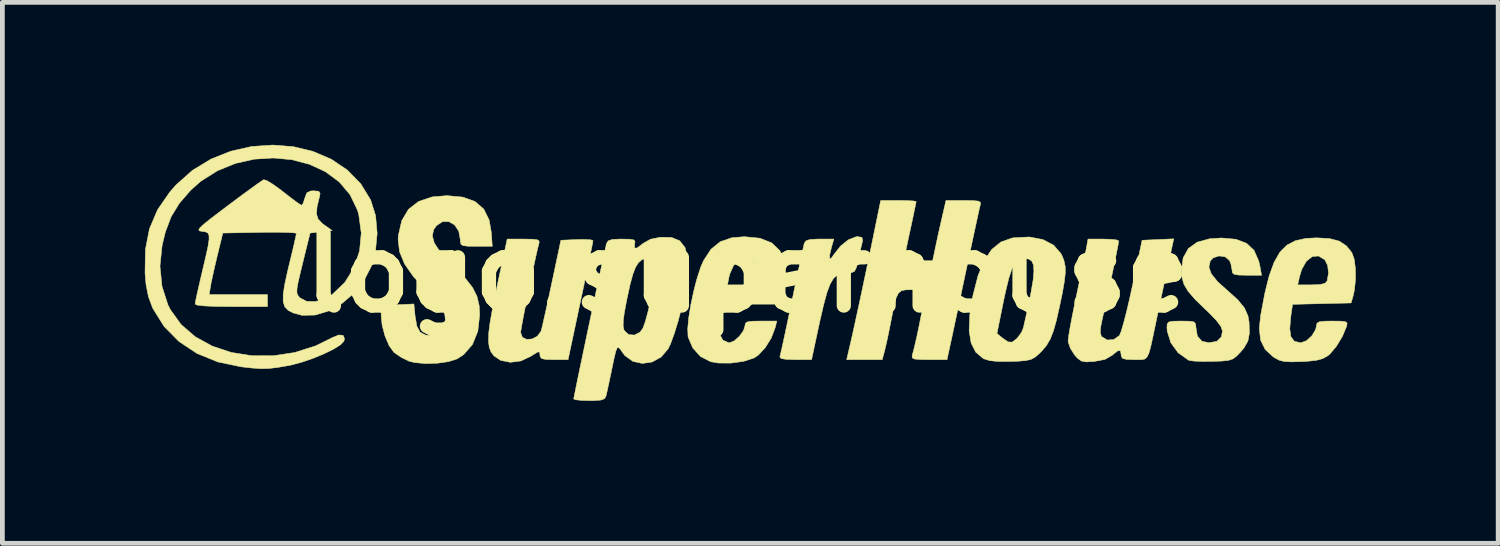
<source format=kicad_pcb>
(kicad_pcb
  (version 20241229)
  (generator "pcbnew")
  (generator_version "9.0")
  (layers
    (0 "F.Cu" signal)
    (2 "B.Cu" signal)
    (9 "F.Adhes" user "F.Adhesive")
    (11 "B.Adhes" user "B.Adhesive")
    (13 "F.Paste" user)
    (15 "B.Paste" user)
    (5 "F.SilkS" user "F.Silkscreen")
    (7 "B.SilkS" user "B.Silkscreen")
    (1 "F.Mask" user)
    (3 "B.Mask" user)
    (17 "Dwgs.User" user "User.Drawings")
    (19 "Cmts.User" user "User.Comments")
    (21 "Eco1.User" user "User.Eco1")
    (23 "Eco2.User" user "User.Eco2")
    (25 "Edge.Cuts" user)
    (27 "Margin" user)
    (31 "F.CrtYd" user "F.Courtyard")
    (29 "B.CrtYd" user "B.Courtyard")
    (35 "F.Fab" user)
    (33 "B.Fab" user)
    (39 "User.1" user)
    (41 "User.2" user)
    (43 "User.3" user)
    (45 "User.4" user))
  (footprint "logo.superhouse"
    (layer "F.Cu")
    (at 12.693 2.697)
    (property "Reference" "logo.superhouse" (at 0 0 0) (layer "F.SilkS") (effects (font (size 1.524 1.524) (thickness 0.3))))
    (attr through_hole)
    (fp_poly (pts (xy 2.414 -0.747) (xy 2.428 -0.683) (xy 2.421 -0.647) (xy 2.393 -0.531) (xy 2.356 -0.363) (xy 2.335 -0.266) (xy 2.297 -0.111) (xy 2.257 -0.032) (xy 2.195 -0.004) (xy 2.126 0) (xy 2.001 0.009) (xy 1.901 0.043) (xy 1.817 0.114) (xy 1.745 0.234) (xy 1.677 0.415) (xy 1.608 0.668) (xy 1.53 1.005) (xy 1.497 1.156) (xy 1.353 1.829) (xy 1.009 1.829) (xy 0.816 1.823) (xy 0.713 1.805) (xy 0.684 1.772) (xy 0.686 1.765) (xy 0.702 1.699) (xy 0.736 1.548) (xy 0.784 1.328) (xy 0.842 1.054) (xy 0.908 0.741) (xy 0.941 0.584) (xy 1.009 0.256) (xy 1.072 -0.042) (xy 1.126 -0.294) (xy 1.168 -0.485) (xy 1.194 -0.6) (xy 1.199 -0.622) (xy 1.235 -0.674) (xy 1.319 -0.702) (xy 1.475 -0.711) (xy 1.524 -0.711) (xy 1.822 -0.711) (xy 1.774 -0.546) (xy 1.735 -0.382) (xy 1.733 -0.301) (xy 1.767 -0.307) (xy 1.823 -0.386) (xy 1.964 -0.565) (xy 2.129 -0.697) (xy 2.29 -0.759) (xy 2.324 -0.762) (xy 2.414 -0.747)) (stroke (width 0.01) (type solid)) (fill yes) (layer "F.SilkS"))
    (fp_poly (pts (xy -4.527 -0.708) (xy -4.425 -0.696) (xy -4.386 -0.669) (xy -4.389 -0.622) (xy -4.389 -0.622) (xy -4.417 -0.514) (xy -4.458 -0.333) (xy -4.508 -0.102) (xy -4.564 0.161) (xy -4.621 0.435) (xy -4.674 0.699) (xy -4.72 0.934) (xy -4.754 1.119) (xy -4.773 1.235) (xy -4.775 1.259) (xy -4.739 1.358) (xy -4.648 1.402) (xy -4.533 1.393) (xy -4.423 1.335) (xy -4.347 1.23) (xy -4.342 1.216) (xy -4.321 1.134) (xy -4.284 0.97) (xy -4.233 0.744) (xy -4.174 0.472) (xy -4.119 0.213) (xy -3.928 -0.686) (xy -3.59 -0.701) (xy -3.419 -0.703) (xy -3.298 -0.695) (xy -3.251 -0.678) (xy -3.251 -0.678) (xy -3.261 -0.62) (xy -3.29 -0.476) (xy -3.334 -0.261) (xy -3.391 0.012) (xy -3.457 0.329) (xy -3.514 0.595) (xy -3.776 1.829) (xy -4.072 1.829) (xy -4.24 1.825) (xy -4.329 1.808) (xy -4.364 1.769) (xy -4.369 1.729) (xy -4.375 1.671) (xy -4.408 1.665) (xy -4.492 1.713) (xy -4.554 1.754) (xy -4.769 1.856) (xy -4.993 1.885) (xy -5.197 1.844) (xy -5.338 1.749) (xy -5.398 1.669) (xy -5.437 1.571) (xy -5.453 1.442) (xy -5.448 1.269) (xy -5.419 1.04) (xy -5.366 0.742) (xy -5.289 0.363) (xy -5.258 0.216) (xy -5.059 -0.711) (xy -4.71 -0.711) (xy -4.527 -0.708)) (stroke (width 0.01) (type solid)) (fill yes) (layer "F.SilkS"))
    (fp_poly (pts (xy 6.225 -0.701) (xy 6.451 -0.583) (xy 6.606 -0.405) (xy 6.624 -0.372) (xy 6.67 -0.257) (xy 6.695 -0.138) (xy 6.698 0.004) (xy 6.677 0.19) (xy 6.633 0.439) (xy 6.583 0.679) (xy 6.513 0.991) (xy 6.448 1.223) (xy 6.38 1.397) (xy 6.3 1.533) (xy 6.198 1.653) (xy 6.148 1.702) (xy 6.063 1.776) (xy 5.979 1.822) (xy 5.87 1.848) (xy 5.706 1.862) (xy 5.547 1.867) (xy 5.287 1.868) (xy 5.105 1.85) (xy 4.982 1.811) (xy 4.966 1.803) (xy 4.811 1.671) (xy 4.714 1.479) (xy 4.682 1.279) (xy 5.258 1.279) (xy 5.378 1.376) (xy 5.493 1.455) (xy 5.578 1.46) (xy 5.672 1.389) (xy 5.688 1.373) (xy 5.775 1.254) (xy 5.815 1.157) (xy 5.909 0.737) (xy 5.977 0.405) (xy 6.02 0.15) (xy 6.036 -0.036) (xy 6.027 -0.164) (xy 5.993 -0.245) (xy 5.932 -0.288) (xy 5.845 -0.304) (xy 5.808 -0.305) (xy 5.719 -0.284) (xy 5.643 -0.216) (xy 5.574 -0.087) (xy 5.508 0.113) (xy 5.439 0.396) (xy 5.393 0.612) (xy 5.258 1.279) (xy 4.682 1.279) (xy 4.672 1.219) (xy 4.686 0.885) (xy 4.752 0.477) (xy 4.858 0.063) (xy 4.989 -0.259) (xy 5.149 -0.494) (xy 5.343 -0.65) (xy 5.576 -0.733) (xy 5.614 -0.739) (xy 5.941 -0.755) (xy 6.225 -0.701)) (stroke (width 0.01) (type solid)) (fill yes) (layer "F.SilkS"))
    (fp_poly (pts (xy 0.264 -0.729) (xy 0.513 -0.631) (xy 0.686 -0.466) (xy 0.783 -0.234) (xy 0.805 0.066) (xy 0.758 0.404) (xy 0.703 0.66) (xy -0.503 0.66) (xy -0.556 0.851) (xy -0.6 1.096) (xy -0.585 1.29) (xy -0.515 1.419) (xy -0.394 1.472) (xy -0.375 1.473) (xy -0.275 1.433) (xy -0.166 1.335) (xy -0.08 1.215) (xy -0.051 1.12) (xy -0.041 1.064) (xy 0.002 1.033) (xy 0.102 1.019) (xy 0.281 1.016) (xy 0.621 1.016) (xy 0.586 1.156) (xy 0.503 1.374) (xy 0.376 1.578) (xy 0.227 1.737) (xy 0.137 1.795) (xy -0.084 1.866) (xy -0.352 1.902) (xy -0.616 1.9) (xy -0.774 1.872) (xy -0.985 1.764) (xy -1.15 1.583) (xy -1.246 1.357) (xy -1.25 1.336) (xy -1.256 1.175) (xy -1.235 0.945) (xy -1.191 0.673) (xy -1.13 0.387) (xy -1.096 0.254) (xy -0.419 0.254) (xy -0.139 0.254) (xy 0.024 0.249) (xy 0.114 0.228) (xy 0.158 0.18) (xy 0.171 0.14) (xy 0.192 -0.053) (xy 0.155 -0.213) (xy 0.068 -0.319) (xy -0.056 -0.351) (xy -0.08 -0.347) (xy -0.19 -0.282) (xy -0.294 -0.147) (xy -0.37 0.024) (xy -0.387 0.089) (xy -0.419 0.254) (xy -1.096 0.254) (xy -1.058 0.112) (xy -0.981 -0.124) (xy -0.925 -0.253) (xy -0.767 -0.496) (xy -0.572 -0.655) (xy -0.324 -0.74) (xy -0.061 -0.761) (xy 0.264 -0.729)) (stroke (width 0.01) (type solid)) (fill yes) (layer "F.SilkS"))
    (fp_poly (pts (xy -5.993 -1.595) (xy -5.736 -1.502) (xy -5.552 -1.342) (xy -5.439 -1.113) (xy -5.394 -0.854) (xy -5.373 -0.559) (xy -5.709 -0.559) (xy -5.888 -0.561) (xy -5.989 -0.573) (xy -6.034 -0.604) (xy -6.045 -0.662) (xy -6.045 -0.689) (xy -6.079 -0.877) (xy -6.168 -1.01) (xy -6.289 -1.079) (xy -6.423 -1.077) (xy -6.548 -0.994) (xy -6.607 -0.91) (xy -6.636 -0.78) (xy -6.594 -0.627) (xy -6.474 -0.443) (xy -6.273 -0.219) (xy -6.17 -0.119) (xy -5.944 0.112) (xy -5.789 0.309) (xy -5.695 0.496) (xy -5.649 0.695) (xy -5.639 0.889) (xy -5.677 1.229) (xy -5.79 1.509) (xy -5.974 1.721) (xy -6.112 1.812) (xy -6.291 1.87) (xy -6.527 1.904) (xy -6.781 1.912) (xy -7.011 1.89) (xy -7.13 1.86) (xy -7.291 1.781) (xy -7.433 1.684) (xy -7.449 1.67) (xy -7.548 1.531) (xy -7.633 1.33) (xy -7.693 1.106) (xy -7.715 0.899) (xy -7.712 0.852) (xy -7.696 0.686) (xy -7.024 0.656) (xy -6.999 0.911) (xy -6.962 1.123) (xy -6.893 1.251) (xy -6.778 1.311) (xy -6.675 1.321) (xy -6.507 1.279) (xy -6.399 1.164) (xy -6.362 0.989) (xy -6.372 0.889) (xy -6.415 0.77) (xy -6.509 0.634) (xy -6.667 0.461) (xy -6.76 0.37) (xy -7.035 0.079) (xy -7.221 -0.188) (xy -7.326 -0.443) (xy -7.357 -0.7) (xy -7.351 -0.79) (xy -7.28 -1.1) (xy -7.139 -1.337) (xy -6.926 -1.503) (xy -6.64 -1.599) (xy -6.329 -1.626) (xy -5.993 -1.595)) (stroke (width 0.01) (type solid)) (fill yes) (layer "F.SilkS"))
    (fp_poly (pts (xy 8.858 -0.142) (xy 8.794 0.161) (xy 8.719 0.51) (xy 8.646 0.854) (xy 8.607 1.041) (xy 8.545 1.337) (xy 8.499 1.548) (xy 8.46 1.689) (xy 8.42 1.773) (xy 8.371 1.816) (xy 8.305 1.83) (xy 8.214 1.83) (xy 8.15 1.829) (xy 7.99 1.824) (xy 7.907 1.805) (xy 7.877 1.761) (xy 7.874 1.727) (xy 7.86 1.644) (xy 7.809 1.639) (xy 7.71 1.715) (xy 7.687 1.736) (xy 7.533 1.824) (xy 7.302 1.868) (xy 7.299 1.868) (xy 7.137 1.877) (xy 7.035 1.858) (xy 6.956 1.8) (xy 6.893 1.729) (xy 6.805 1.592) (xy 6.759 1.458) (xy 6.757 1.431) (xy 6.767 1.337) (xy 6.796 1.164) (xy 6.84 0.931) (xy 6.895 0.658) (xy 6.937 0.457) (xy 6.999 0.166) (xy 7.056 -0.102) (xy 7.102 -0.327) (xy 7.135 -0.486) (xy 7.146 -0.546) (xy 7.176 -0.711) (xy 7.5 -0.711) (xy 7.666 -0.706) (xy 7.783 -0.692) (xy 7.823 -0.673) (xy 7.813 -0.606) (xy 7.785 -0.461) (xy 7.744 -0.258) (xy 7.694 -0.017) (xy 7.639 0.241) (xy 7.584 0.495) (xy 7.534 0.726) (xy 7.491 0.911) (xy 7.487 0.928) (xy 7.446 1.123) (xy 7.434 1.247) (xy 7.452 1.323) (xy 7.468 1.347) (xy 7.581 1.415) (xy 7.716 1.407) (xy 7.83 1.327) (xy 7.844 1.308) (xy 7.878 1.223) (xy 7.926 1.057) (xy 7.986 0.827) (xy 8.051 0.551) (xy 8.116 0.254) (xy 8.315 -0.686) (xy 8.648 -0.701) (xy 8.982 -0.716) (xy 8.858 -0.142)) (stroke (width 0.01) (type solid)) (fill yes) (layer "F.SilkS"))
    (fp_poly (pts (xy 10.291 -0.707) (xy 10.516 -0.622) (xy 10.673 -0.474) (xy 10.771 -0.253) (xy 10.797 -0.14) (xy 10.832 0.051) (xy 10.521 0.051) (xy 10.349 0.047) (xy 10.256 0.032) (xy 10.217 -0.003) (xy 10.211 -0.054) (xy 10.186 -0.188) (xy 10.158 -0.257) (xy 10.066 -0.337) (xy 9.936 -0.356) (xy 9.812 -0.315) (xy 9.751 -0.249) (xy 9.723 -0.121) (xy 9.773 0.021) (xy 9.907 0.188) (xy 10.114 0.373) (xy 10.331 0.568) (xy 10.471 0.739) (xy 10.546 0.909) (xy 10.569 1.042) (xy 10.576 1.27) (xy 10.544 1.438) (xy 10.462 1.582) (xy 10.393 1.664) (xy 10.303 1.757) (xy 10.226 1.814) (xy 10.132 1.845) (xy 9.991 1.859) (xy 9.796 1.866) (xy 9.59 1.867) (xy 9.418 1.86) (xy 9.31 1.846) (xy 9.295 1.84) (xy 9.076 1.686) (xy 8.92 1.472) (xy 8.844 1.225) (xy 8.839 1.145) (xy 8.845 1.073) (xy 8.88 1.035) (xy 8.967 1.019) (xy 9.13 1.016) (xy 9.144 1.016) (xy 9.313 1.019) (xy 9.404 1.033) (xy 9.441 1.07) (xy 9.449 1.139) (xy 9.449 1.146) (xy 9.48 1.333) (xy 9.575 1.441) (xy 9.72 1.473) (xy 9.892 1.443) (xy 9.985 1.349) (xy 10.008 1.227) (xy 9.978 1.134) (xy 9.883 1.006) (xy 9.716 0.833) (xy 9.647 0.769) (xy 9.432 0.56) (xy 9.286 0.391) (xy 9.197 0.242) (xy 9.154 0.095) (xy 9.144 -0.051) (xy 9.18 -0.314) (xy 9.29 -0.512) (xy 9.476 -0.646) (xy 9.741 -0.718) (xy 9.987 -0.734) (xy 10.291 -0.707)) (stroke (width 0.01) (type solid)) (fill yes) (layer "F.SilkS"))
    (fp_poly (pts (xy 12.266 -0.721) (xy 12.468 -0.668) (xy 12.62 -0.567) (xy 12.733 -0.427) (xy 12.783 -0.29) (xy 12.809 -0.089) (xy 12.811 0.142) (xy 12.787 0.368) (xy 12.762 0.483) (xy 12.718 0.635) (xy 12.101 0.649) (xy 11.484 0.664) (xy 11.447 0.929) (xy 11.426 1.179) (xy 11.45 1.346) (xy 11.522 1.441) (xy 11.647 1.473) (xy 11.661 1.473) (xy 11.778 1.43) (xy 11.892 1.326) (xy 11.971 1.194) (xy 11.989 1.111) (xy 12.001 1.059) (xy 12.052 1.031) (xy 12.164 1.018) (xy 12.322 1.016) (xy 12.5 1.018) (xy 12.597 1.029) (xy 12.633 1.057) (xy 12.628 1.109) (xy 12.622 1.13) (xy 12.535 1.339) (xy 12.411 1.544) (xy 12.275 1.707) (xy 12.226 1.748) (xy 12.121 1.807) (xy 11.983 1.844) (xy 11.783 1.865) (xy 11.668 1.871) (xy 11.452 1.876) (xy 11.306 1.867) (xy 11.199 1.839) (xy 11.1 1.785) (xy 11.076 1.769) (xy 10.908 1.614) (xy 10.812 1.42) (xy 10.784 1.171) (xy 10.813 0.895) (xy 10.9 0.434) (xy 10.944 0.254) (xy 11.593 0.254) (xy 11.887 0.254) (xy 12.069 0.246) (xy 12.171 0.219) (xy 12.212 0.174) (xy 12.242 0.01) (xy 12.224 -0.156) (xy 12.163 -0.276) (xy 12.03 -0.355) (xy 11.897 -0.341) (xy 11.775 -0.243) (xy 11.677 -0.07) (xy 11.633 0.075) (xy 11.593 0.254) (xy 10.944 0.254) (xy 10.992 0.064) (xy 11.096 -0.222) (xy 11.218 -0.435) (xy 11.366 -0.584) (xy 11.546 -0.677) (xy 11.764 -0.725) (xy 11.991 -0.737) (xy 12.266 -0.721)) (stroke (width 0.01) (type solid)) (fill yes) (layer "F.SilkS"))
    (fp_poly (pts (xy 3.363 -1.521) (xy 3.495 -1.514) (xy 3.555 -1.504) (xy 3.556 -1.503) (xy 3.546 -1.448) (xy 3.518 -1.313) (xy 3.478 -1.121) (xy 3.429 -0.894) (xy 3.379 -0.663) (xy 3.339 -0.469) (xy 3.312 -0.335) (xy 3.302 -0.28) (xy 3.348 -0.266) (xy 3.468 -0.257) (xy 3.603 -0.254) (xy 3.903 -0.254) (xy 3.959 -0.521) (xy 4 -0.713) (xy 4.052 -0.949) (xy 4.099 -1.156) (xy 4.184 -1.524) (xy 4.559 -1.524) (xy 4.751 -1.521) (xy 4.861 -1.511) (xy 4.908 -1.487) (xy 4.911 -1.445) (xy 4.908 -1.435) (xy 4.89 -1.362) (xy 4.855 -1.205) (xy 4.806 -0.977) (xy 4.745 -0.694) (xy 4.676 -0.372) (xy 4.624 -0.127) (xy 4.547 0.236) (xy 4.473 0.588) (xy 4.404 0.91) (xy 4.346 1.182) (xy 4.303 1.385) (xy 4.286 1.46) (xy 4.206 1.829) (xy 3.827 1.829) (xy 3.633 1.826) (xy 3.522 1.816) (xy 3.474 1.792) (xy 3.471 1.751) (xy 3.473 1.74) (xy 3.517 1.573) (xy 3.566 1.363) (xy 3.615 1.13) (xy 3.661 0.897) (xy 3.699 0.686) (xy 3.725 0.52) (xy 3.735 0.421) (xy 3.733 0.405) (xy 3.668 0.376) (xy 3.538 0.359) (xy 3.45 0.356) (xy 3.329 0.359) (xy 3.242 0.379) (xy 3.18 0.432) (xy 3.132 0.534) (xy 3.088 0.7) (xy 3.039 0.946) (xy 3.024 1.024) (xy 2.98 1.247) (xy 2.935 1.458) (xy 2.898 1.615) (xy 2.893 1.637) (xy 2.841 1.829) (xy 2.092 1.829) (xy 2.166 1.511) (xy 2.216 1.294) (xy 2.281 0.996) (xy 2.359 0.638) (xy 2.444 0.237) (xy 2.533 -0.186) (xy 2.622 -0.612) (xy 2.676 -0.876) (xy 2.809 -1.524) (xy 3.182 -1.524) (xy 3.363 -1.521)) (stroke (width 0.01) (type solid)) (fill yes) (layer "F.SilkS"))
    (fp_poly (pts (xy -1.596 -0.745) (xy -1.425 -0.675) (xy -1.313 -0.533) (xy -1.258 -0.316) (xy -1.256 -0.018) (xy -1.274 0.159) (xy -1.317 0.425) (xy -1.381 0.72) (xy -1.458 1.017) (xy -1.541 1.287) (xy -1.621 1.503) (xy -1.668 1.6) (xy -1.816 1.774) (xy -2.005 1.878) (xy -2.211 1.909) (xy -2.41 1.866) (xy -2.578 1.745) (xy -2.623 1.687) (xy -2.675 1.611) (xy -2.713 1.572) (xy -2.743 1.583) (xy -2.772 1.655) (xy -2.807 1.8) (xy -2.855 2.029) (xy -2.871 2.108) (xy -2.914 2.31) (xy -2.951 2.481) (xy -2.976 2.59) (xy -2.98 2.603) (xy -3.011 2.653) (xy -3.087 2.681) (xy -3.231 2.691) (xy -3.331 2.692) (xy -3.498 2.687) (xy -3.616 2.674) (xy -3.658 2.657) (xy -3.647 2.599) (xy -3.619 2.457) (xy -3.576 2.244) (xy -3.52 1.976) (xy -3.455 1.665) (xy -3.384 1.327) (xy -3.342 1.126) (xy -2.616 1.126) (xy -2.598 1.205) (xy -2.591 1.218) (xy -2.5 1.301) (xy -2.378 1.311) (xy -2.261 1.25) (xy -2.2 1.167) (xy -2.152 1.035) (xy -2.098 0.839) (xy -2.043 0.607) (xy -1.995 0.368) (xy -1.959 0.153) (xy -1.941 -0.01) (xy -1.941 -0.069) (xy -1.988 -0.213) (xy -2.079 -0.292) (xy -2.194 -0.289) (xy -2.223 -0.274) (xy -2.295 -0.213) (xy -2.356 -0.115) (xy -2.413 0.033) (xy -2.471 0.249) (xy -2.536 0.549) (xy -2.54 0.567) (xy -2.589 0.826) (xy -2.614 1.006) (xy -2.616 1.126) (xy -3.342 1.126) (xy -3.31 0.977) (xy -3.236 0.628) (xy -3.166 0.295) (xy -3.101 -0.008) (xy -3.045 -0.265) (xy -3.002 -0.464) (xy -2.974 -0.588) (xy -2.966 -0.622) (xy -2.93 -0.674) (xy -2.847 -0.702) (xy -2.691 -0.711) (xy -2.643 -0.711) (xy -2.478 -0.708) (xy -2.392 -0.693) (xy -2.366 -0.659) (xy -2.373 -0.61) (xy -2.377 -0.524) (xy -2.325 -0.522) (xy -2.217 -0.603) (xy -2.202 -0.617) (xy -2.039 -0.708) (xy -1.831 -0.75) (xy -1.596 -0.745)) (stroke (width 0.01) (type solid)) (fill yes) (layer "F.SilkS"))
    (fp_poly (pts (xy -9.566 -2.658) (xy -9.15 -2.558) (xy -8.765 -2.393) (xy -8.426 -2.165) (xy -8.143 -1.875) (xy -7.935 -1.534) (xy -7.831 -1.204) (xy -7.798 -0.832) (xy -7.835 -0.448) (xy -7.925 -0.13) (xy -8.082 0.175) (xy -8.295 0.438) (xy -8.547 0.652) (xy -8.823 0.805) (xy -9.107 0.89) (xy -9.383 0.895) (xy -9.565 0.846) (xy -9.673 0.79) (xy -9.743 0.717) (xy -9.778 0.612) (xy -9.778 0.46) (xy -9.746 0.246) (xy -9.682 -0.046) (xy -9.658 -0.145) (xy -9.599 -0.389) (xy -9.55 -0.597) (xy -9.516 -0.749) (xy -9.5 -0.826) (xy -9.5 -0.831) (xy -9.547 -0.842) (xy -9.68 -0.85) (xy -9.878 -0.854) (xy -10.126 -0.854) (xy -10.274 -0.852) (xy -11.049 -0.838) (xy -11.161 -0.381) (xy -11.215 -0.153) (xy -11.263 0.061) (xy -11.298 0.225) (xy -11.305 0.267) (xy -11.337 0.457) (xy -10.109 0.457) (xy -10.109 0.711) (xy -10.871 0.711) (xy -11.206 0.708) (xy -11.446 0.697) (xy -11.589 0.68) (xy -11.633 0.658) (xy -11.622 0.59) (xy -11.591 0.445) (xy -11.545 0.242) (xy -11.489 0.001) (xy -11.481 -0.034) (xy -11.41 -0.335) (xy -11.362 -0.552) (xy -11.339 -0.699) (xy -11.341 -0.79) (xy -11.366 -0.84) (xy -11.416 -0.863) (xy -11.485 -0.873) (xy -11.537 -0.882) (xy -11.557 -0.902) (xy -11.537 -0.942) (xy -11.467 -1.009) (xy -11.34 -1.113) (xy -11.146 -1.262) (xy -10.945 -1.414) (xy -10.712 -1.588) (xy -10.505 -1.74) (xy -10.338 -1.861) (xy -10.227 -1.938) (xy -10.187 -1.962) (xy -10.123 -1.943) (xy -10.003 -1.871) (xy -9.848 -1.76) (xy -9.775 -1.704) (xy -9.615 -1.579) (xy -9.484 -1.482) (xy -9.404 -1.429) (xy -9.389 -1.423) (xy -9.356 -1.466) (xy -9.323 -1.571) (xy -9.322 -1.575) (xy -9.281 -1.684) (xy -9.2 -1.724) (xy -9.134 -1.727) (xy -9.029 -1.718) (xy -9 -1.674) (xy -9.011 -1.613) (xy -9.064 -1.393) (xy -9.076 -1.242) (xy -9.044 -1.136) (xy -8.964 -1.048) (xy -8.922 -1.016) (xy -8.746 -0.889) (xy -8.978 -0.864) (xy -9.211 -0.838) (xy -9.355 -0.254) (xy -9.421 0.017) (xy -9.465 0.207) (xy -9.487 0.333) (xy -9.489 0.414) (xy -9.474 0.467) (xy -9.441 0.508) (xy -9.42 0.53) (xy -9.282 0.601) (xy -9.098 0.605) (xy -8.894 0.544) (xy -8.746 0.458) (xy -8.481 0.205) (xy -8.286 -0.107) (xy -8.169 -0.461) (xy -8.133 -0.838) (xy -8.185 -1.221) (xy -8.213 -1.32) (xy -8.368 -1.644) (xy -8.597 -1.915) (xy -8.886 -2.129) (xy -9.222 -2.285) (xy -9.594 -2.383) (xy -9.987 -2.419) (xy -10.388 -2.394) (xy -10.786 -2.304) (xy -11.165 -2.149) (xy -11.515 -1.928) (xy -11.725 -1.741) (xy -11.964 -1.466) (xy -12.137 -1.183) (xy -12.26 -0.858) (xy -12.328 -0.578) (xy -12.373 -0.141) (xy -12.331 0.283) (xy -12.206 0.673) (xy -12.155 0.774) (xy -11.928 1.09) (xy -11.629 1.347) (xy -11.273 1.543) (xy -10.872 1.677) (xy -10.44 1.746) (xy -9.99 1.747) (xy -9.537 1.679) (xy -9.093 1.538) (xy -8.743 1.365) (xy -8.605 1.309) (xy -8.514 1.318) (xy -8.486 1.387) (xy -8.499 1.44) (xy -8.569 1.515) (xy -8.714 1.606) (xy -8.914 1.704) (xy -9.145 1.8) (xy -9.386 1.883) (xy -9.615 1.944) (xy -9.679 1.956) (xy -9.906 1.995) (xy -10.079 2.015) (xy -10.238 2.019) (xy -10.42 2.007) (xy -10.664 1.98) (xy -10.668 1.979) (xy -11.156 1.877) (xy -11.595 1.698) (xy -11.974 1.446) (xy -12.286 1.13) (xy -12.521 0.754) (xy -12.535 0.723) (xy -12.616 0.503) (xy -12.666 0.253) (xy -12.688 0.004) (xy -12.68 -0.49) (xy -12.594 -0.929) (xy -12.423 -1.33) (xy -12.162 -1.707) (xy -12.034 -1.852) (xy -11.689 -2.159) (xy -11.3 -2.395) (xy -10.881 -2.562) (xy -10.444 -2.661) (xy -10.001 -2.692) (xy -9.566 -2.658)) (stroke (width 0.01) (type solid)) (fill yes) (layer "F.SilkS")))
  (gr_rect
    (start -3 -3)
    (end 28.509 8.395)
    (stroke (width 0.1) (type default))
    (fill no)
    (layer "Edge.Cuts")))
</source>
